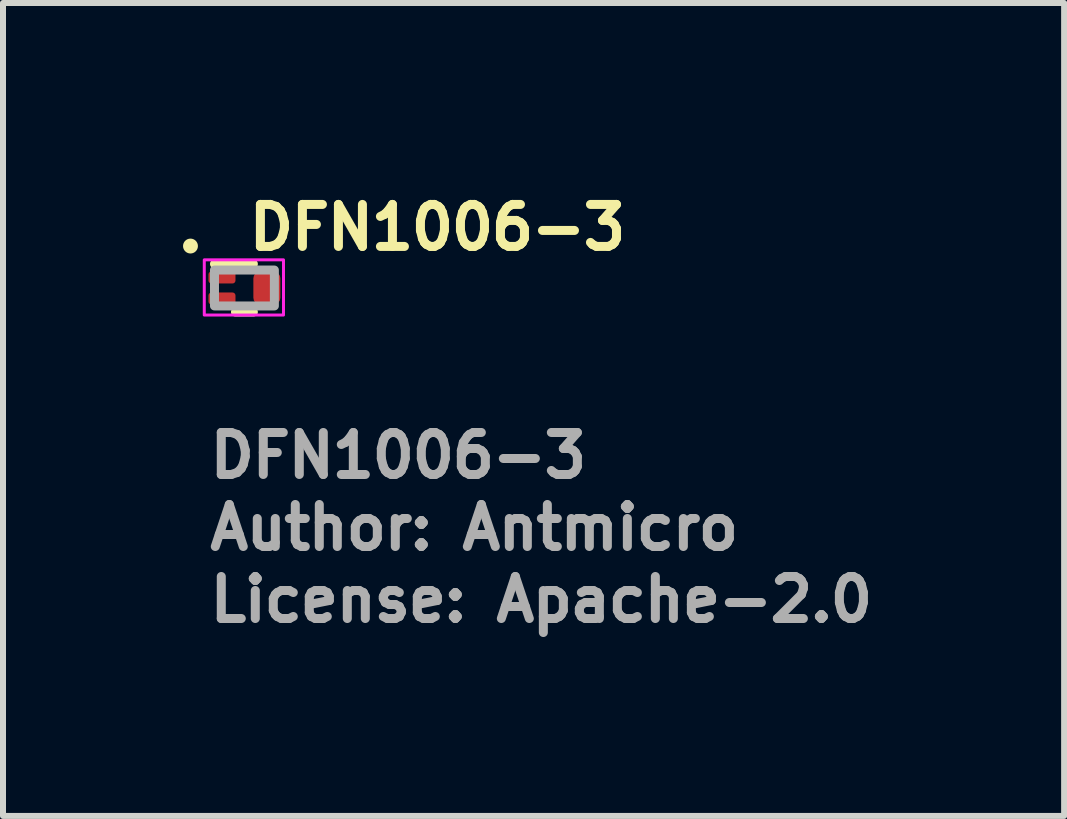
<source format=kicad_pcb>
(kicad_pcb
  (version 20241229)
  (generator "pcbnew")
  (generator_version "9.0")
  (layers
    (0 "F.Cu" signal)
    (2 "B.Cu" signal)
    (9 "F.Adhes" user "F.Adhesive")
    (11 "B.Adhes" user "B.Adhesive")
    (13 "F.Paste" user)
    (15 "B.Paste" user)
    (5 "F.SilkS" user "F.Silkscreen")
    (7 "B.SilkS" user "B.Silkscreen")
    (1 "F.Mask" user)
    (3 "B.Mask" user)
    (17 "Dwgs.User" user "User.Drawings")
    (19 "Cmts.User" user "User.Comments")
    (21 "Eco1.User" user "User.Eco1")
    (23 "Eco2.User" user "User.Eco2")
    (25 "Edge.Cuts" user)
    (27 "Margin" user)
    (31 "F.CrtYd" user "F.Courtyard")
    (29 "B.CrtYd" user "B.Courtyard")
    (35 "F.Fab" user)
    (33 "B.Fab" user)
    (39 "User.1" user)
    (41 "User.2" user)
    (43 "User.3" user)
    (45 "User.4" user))
  (footprint "DFN1006-3"
    (layer "F.Cu")
    (at 1.024 1.75)
    (property "Reference" "DFN1006-3" (at 0 -0.6 0) (unlocked yes) (layer "F.SilkS") (effects (font (size 0.7 0.7) (thickness 0.15)) (justify left bottom)))
    (attr smd)
    (fp_line (start -0.5 -0.402) (end 0.148 -0.402) (stroke (width 0.15) (type solid)) (layer "F.SilkS"))
    (fp_line (start -0.15 0.4) (end 0.148 0.4) (stroke (width 0.15) (type solid)) (layer "F.SilkS"))
    (fp_circle (center -0.9 -0.7) (end -0.851 -0.7) (stroke (width 0.15) (type solid)) (fill yes) (layer "F.SilkS"))
    (fp_rect (start -0.67 -0.47) (end 0.65 0.45) (stroke (width 0.05) (type solid)) (fill no) (layer "F.CrtYd"))
    (fp_rect (start -0.5 -0.3) (end 0.498 0.298) (stroke (width 0.15) (type solid)) (fill no) (layer "F.Fab"))
    (fp_rect (start -0.493 -0.293) (end 0.491 0.291) (stroke (width 0.1) (type solid)) (fill no) (layer "User.5"))
    (fp_line (start -0.493 -0.293) (end -0.493 0.291) (stroke (width 0.02) (type solid)) (layer "User.9"))
    (fp_line (start -0.493 0.291) (end 0.491 0.291) (stroke (width 0.02) (type solid)) (layer "User.9"))
    (fp_line (start 0.491 -0.293) (end -0.493 -0.293) (stroke (width 0.02) (type solid)) (layer "User.9"))
    (fp_line (start 0.491 0.291) (end 0.491 -0.293) (stroke (width 0.02) (type solid)) (layer "User.9"))
    (fp_text user "Author: Antmicro" (at -0.652 4.4 0) (layer "F.Fab") (effects (font (size 0.7 0.7) (thickness 0.15)) (justify left bottom)))
    (fp_text user "${REFERENCE}" (at -0.652 3.2 0) (unlocked yes) (layer "F.Fab") (effects (font (size 0.7 0.7) (thickness 0.15)) (justify left bottom)))
    (fp_text user "License: Apache-2.0" (at -0.652 5.6 0) (layer "F.Fab") (effects (font (size 0.7 0.7) (thickness 0.15)) (justify left bottom)))
    (pad "1" smd roundrect (at -0.375 -0.176) (size 0.45 0.2) (layers "F.Cu" "F.Mask" "F.Paste") (roundrect_rratio 0.25))
    (pad "2" smd roundrect (at -0.375 0.174) (size 0.45 0.2) (layers "F.Cu" "F.Mask" "F.Paste") (roundrect_rratio 0.25))
    (pad "3" smd roundrect (at 0.373 0) (size 0.45 0.55) (layers "F.Cu" "F.Mask" "F.Paste") (roundrect_rratio 0.25)))
  (gr_rect
    (start -3 -3)
    (end 14.682 10.546)
    (stroke (width 0.1) (type default))
    (fill no)
    (layer "Edge.Cuts")))
</source>
